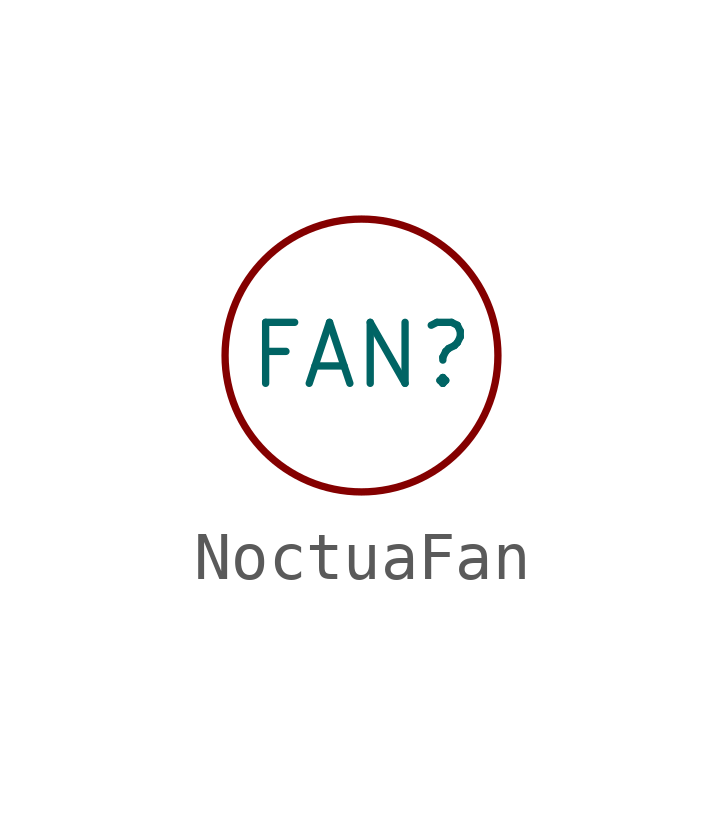
<source format=kicad_sym>
(kicad_symbol_lib
  (version 20220914)
  (generator kicad_symbol_editor)
  (symbol "NoctuaFan"
    (property "Reference" "FAN"
      (at 0 0 0)
      (effects (font (size 1.27 1.27))))
    (property "Value" ""
      (at 0 0 0)
      (effects (font (size 1.27 1.27))))
    (symbol "NoctuaFan_0_1"
      (circle (center 0 0) (radius 2.84) (stroke (width 0) (type default)) (fill (type none))))))
</source>
